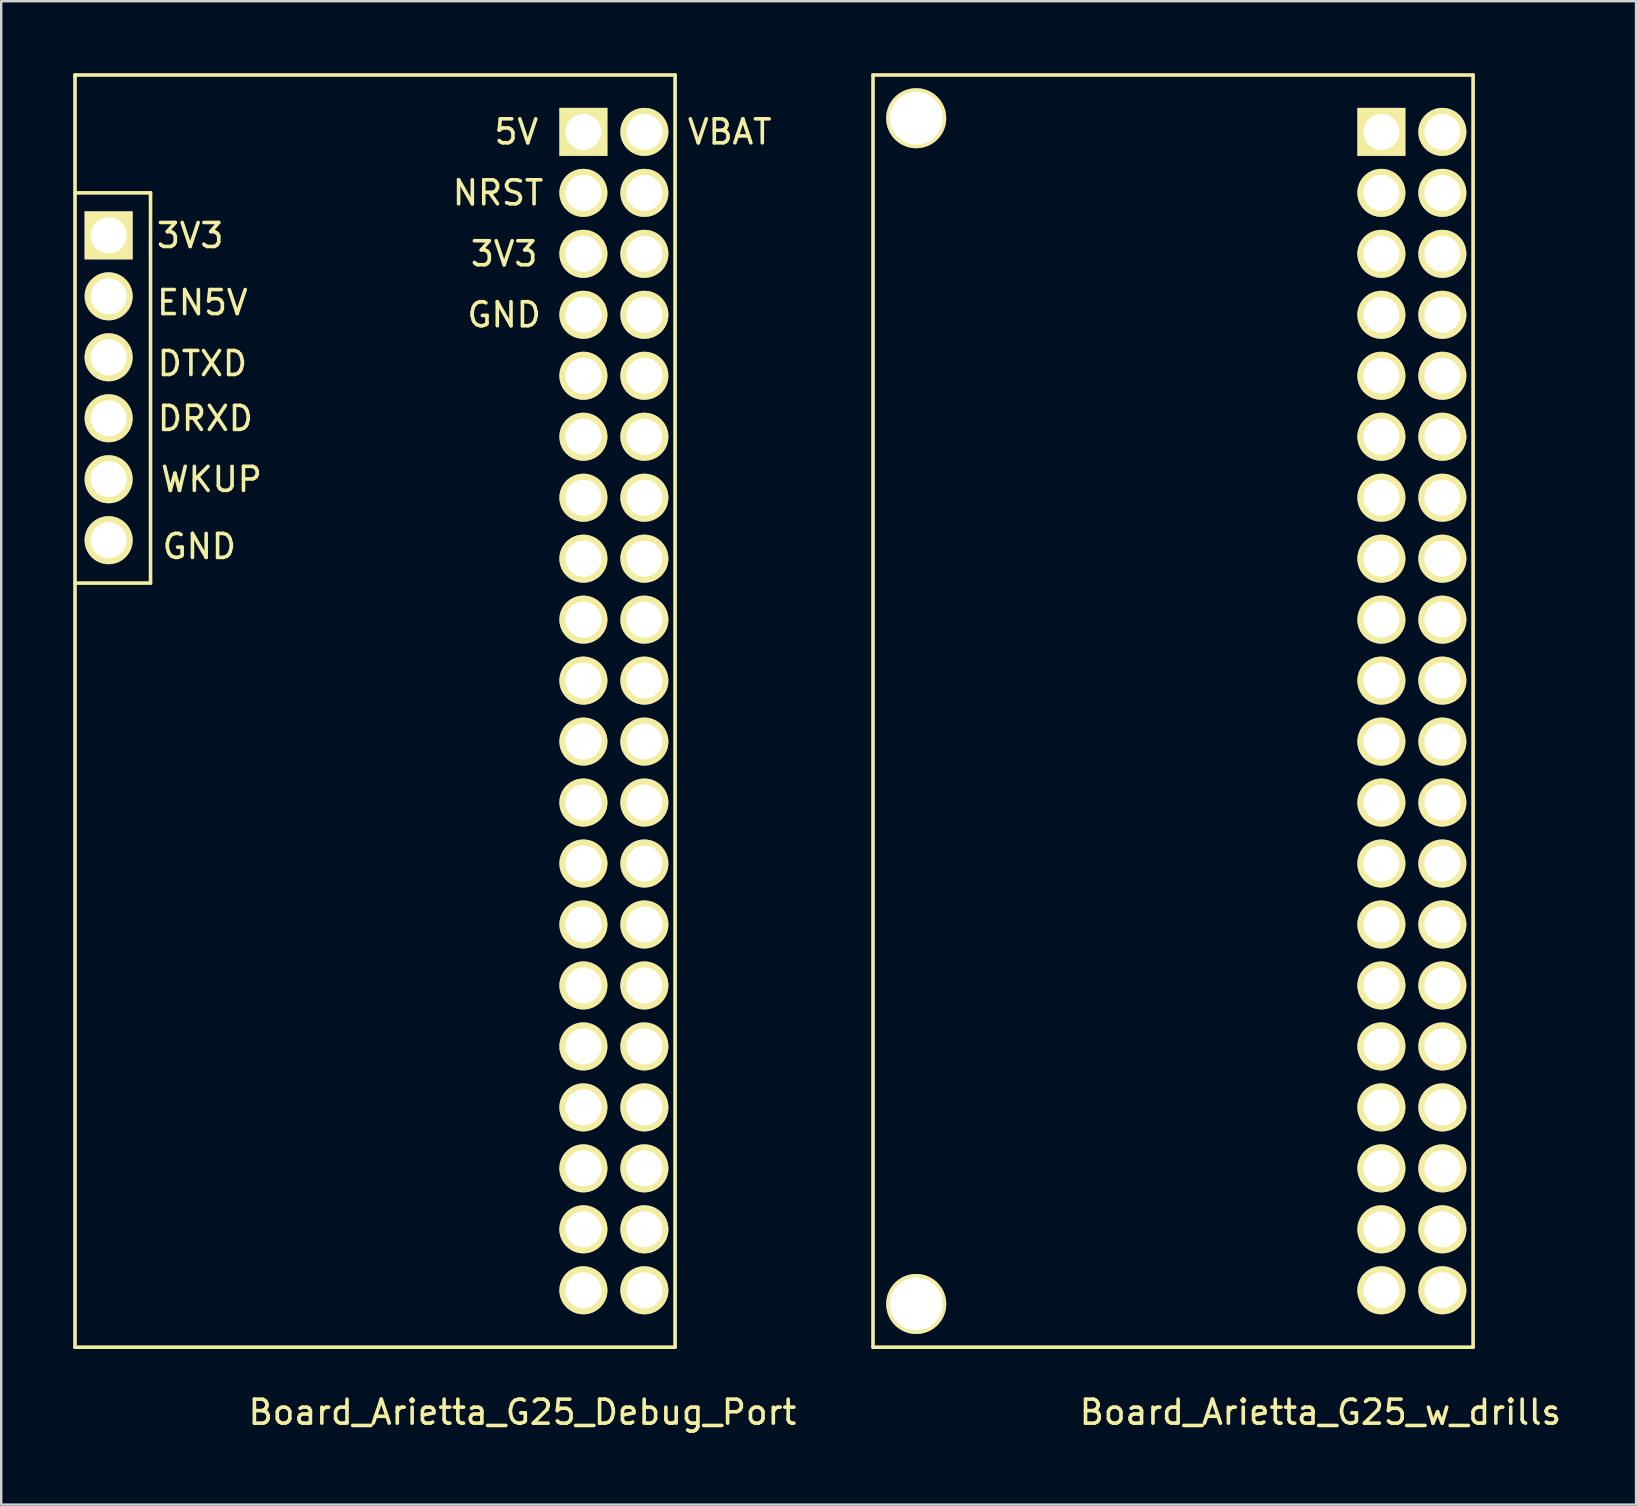
<source format=kicad_pcb>
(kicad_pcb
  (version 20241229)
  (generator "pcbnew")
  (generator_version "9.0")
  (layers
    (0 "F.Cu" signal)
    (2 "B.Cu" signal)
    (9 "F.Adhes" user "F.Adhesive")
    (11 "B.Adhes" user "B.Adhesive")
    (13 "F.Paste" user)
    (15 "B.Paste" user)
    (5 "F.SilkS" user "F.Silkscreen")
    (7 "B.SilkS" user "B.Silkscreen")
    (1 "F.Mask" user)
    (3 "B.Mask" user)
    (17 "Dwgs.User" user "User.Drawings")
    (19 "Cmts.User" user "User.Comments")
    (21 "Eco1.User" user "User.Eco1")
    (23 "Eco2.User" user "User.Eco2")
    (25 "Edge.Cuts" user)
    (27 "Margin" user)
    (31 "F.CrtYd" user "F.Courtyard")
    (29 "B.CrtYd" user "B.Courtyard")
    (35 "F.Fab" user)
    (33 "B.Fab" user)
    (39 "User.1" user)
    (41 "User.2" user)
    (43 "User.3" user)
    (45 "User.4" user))
  (footprint "Board_Arietta_G25_Debug_Port"
    (layer "F.Cu")
    (at 11.095 25.305)
    (property "Reference" "Board_Arietta_G25_Debug_Port" (at 7.62 30.48 0) (layer "F.SilkS") (effects (font (size 1 1) (thickness 0.15))))
    (attr through_hole)
    (fp_line (start -11.02 -25.23) (end -11.02 27.77) (stroke (width 0.15) (type solid)) (layer "F.SilkS"))
    (fp_line (start -11.02 -20.32) (end -7.874 -20.32) (stroke (width 0.15) (type solid)) (layer "F.SilkS"))
    (fp_line (start -11.02 27.77) (end 13.98 27.77) (stroke (width 0.15) (type solid)) (layer "F.SilkS"))
    (fp_line (start -7.874 -20.32) (end -7.874 -4.064) (stroke (width 0.15) (type solid)) (layer "F.SilkS"))
    (fp_line (start -7.874 -4.064) (end -11.02 -4.064) (stroke (width 0.15) (type solid)) (layer "F.SilkS"))
    (fp_line (start 13.98 -25.23) (end -11.02 -25.23) (stroke (width 0.15) (type solid)) (layer "F.SilkS"))
    (fp_line (start 13.98 -25.23) (end 13.98 27.77) (stroke (width 0.15) (type solid)) (layer "F.SilkS"))
    (fp_text user "NRST" (at 6.604 -20.32 0) (layer "F.SilkS") (effects (font (size 1 1) (thickness 0.15))))
    (fp_text user "WKUP" (at -5.334 -8.382 0) (layer "F.SilkS") (effects (font (size 1 1) (thickness 0.15))))
    (fp_text user "DTXD" (at -5.715 -13.208 0) (layer "F.SilkS") (effects (font (size 1 1) (thickness 0.15))))
    (fp_text user "GND" (at -5.842 -5.588 0) (layer "F.SilkS") (effects (font (size 1 1) (thickness 0.15))))
    (fp_text user "GND" (at 6.858 -15.24 0) (layer "F.SilkS") (effects (font (size 1 1) (thickness 0.15))))
    (fp_text user "VBAT" (at 16.256 -22.86 0) (layer "F.SilkS") (effects (font (size 1 1) (thickness 0.15))))
    (fp_text user "3V3" (at 6.858 -17.78 0) (layer "F.SilkS") (effects (font (size 1 1) (thickness 0.15))))
    (fp_text user "EN5V" (at -5.715 -15.748 0) (layer "F.SilkS") (effects (font (size 1 1) (thickness 0.15))))
    (fp_text user "5V" (at 7.366 -22.86 0) (layer "F.SilkS") (effects (font (size 1 1) (thickness 0.15))))
    (fp_text user "DRXD" (at -5.588 -10.922 0) (layer "F.SilkS") (effects (font (size 1 1) (thickness 0.15))))
    (fp_text user "3V3" (at -6.223 -18.542 0) (layer "F.SilkS") (effects (font (size 1 1) (thickness 0.15))))
    (pad "1" thru_hole rect (at 10.16 -22.86) (size 2 2) (drill 1.5) (layers "*.Cu" "*.Mask" "F.SilkS"))
    (pad "2" thru_hole circle (at 12.7 -22.86) (size 2 2) (drill 1.5) (layers "*.Cu" "*.Mask" "F.SilkS"))
    (pad "3" thru_hole circle (at 10.16 -20.32) (size 2 2) (drill 1.5) (layers "*.Cu" "*.Mask" "F.SilkS"))
    (pad "4" thru_hole circle (at 12.7 -20.32) (size 2 2) (drill 1.5) (layers "*.Cu" "*.Mask" "F.SilkS"))
    (pad "5" thru_hole circle (at 10.16 -17.78) (size 2 2) (drill 1.5) (layers "*.Cu" "*.Mask" "F.SilkS"))
    (pad "6" thru_hole circle (at 12.7 -17.78) (size 2 2) (drill 1.5) (layers "*.Cu" "*.Mask" "F.SilkS"))
    (pad "7" thru_hole circle (at 10.16 -15.24) (size 2 2) (drill 1.5) (layers "*.Cu" "*.Mask" "F.SilkS"))
    (pad "8" thru_hole circle (at 12.7 -15.24) (size 2 2) (drill 1.5) (layers "*.Cu" "*.Mask" "F.SilkS"))
    (pad "9" thru_hole circle (at 10.16 -12.7) (size 2 2) (drill 1.5) (layers "*.Cu" "*.Mask" "F.SilkS"))
    (pad "10" thru_hole circle (at 12.7 -12.7) (size 2 2) (drill 1.5) (layers "*.Cu" "*.Mask" "F.SilkS"))
    (pad "11" thru_hole circle (at 10.16 -10.16) (size 2 2) (drill 1.5) (layers "*.Cu" "*.Mask" "F.SilkS"))
    (pad "12" thru_hole circle (at 12.7 -10.16) (size 2 2) (drill 1.5) (layers "*.Cu" "*.Mask" "F.SilkS"))
    (pad "13" thru_hole circle (at 10.16 -7.62) (size 2 2) (drill 1.5) (layers "*.Cu" "*.Mask" "F.SilkS"))
    (pad "14" thru_hole circle (at 12.7 -7.62) (size 2 2) (drill 1.5) (layers "*.Cu" "*.Mask" "F.SilkS"))
    (pad "15" thru_hole circle (at 10.16 -5.08) (size 2 2) (drill 1.5) (layers "*.Cu" "*.Mask" "F.SilkS"))
    (pad "16" thru_hole circle (at 12.7 -5.08) (size 2 2) (drill 1.5) (layers "*.Cu" "*.Mask" "F.SilkS"))
    (pad "17" thru_hole circle (at 10.16 -2.54) (size 2 2) (drill 1.5) (layers "*.Cu" "*.Mask" "F.SilkS"))
    (pad "18" thru_hole circle (at 12.7 -2.54) (size 2 2) (drill 1.5) (layers "*.Cu" "*.Mask" "F.SilkS"))
    (pad "19" thru_hole circle (at 10.16 0) (size 2 2) (drill 1.5) (layers "*.Cu" "*.Mask" "F.SilkS"))
    (pad "20" thru_hole circle (at 12.7 0) (size 2 2) (drill 1.5) (layers "*.Cu" "*.Mask" "F.SilkS"))
    (pad "21" thru_hole circle (at 10.16 2.54) (size 2 2) (drill 1.5) (layers "*.Cu" "*.Mask" "F.SilkS"))
    (pad "22" thru_hole circle (at 12.7 2.54) (size 2 2) (drill 1.5) (layers "*.Cu" "*.Mask" "F.SilkS"))
    (pad "23" thru_hole circle (at 10.16 5.08) (size 2 2) (drill 1.5) (layers "*.Cu" "*.Mask" "F.SilkS"))
    (pad "24" thru_hole circle (at 12.7 5.08) (size 2 2) (drill 1.5) (layers "*.Cu" "*.Mask" "F.SilkS"))
    (pad "25" thru_hole circle (at 10.16 7.62) (size 2 2) (drill 1.5) (layers "*.Cu" "*.Mask" "F.SilkS"))
    (pad "26" thru_hole circle (at 12.7 7.62) (size 2 2) (drill 1.5) (layers "*.Cu" "*.Mask" "F.SilkS"))
    (pad "27" thru_hole circle (at 10.16 10.16) (size 2 2) (drill 1.5) (layers "*.Cu" "*.Mask" "F.SilkS"))
    (pad "28" thru_hole circle (at 12.7 10.16) (size 2 2) (drill 1.5) (layers "*.Cu" "*.Mask" "F.SilkS"))
    (pad "29" thru_hole circle (at 10.16 12.7) (size 2 2) (drill 1.5) (layers "*.Cu" "*.Mask" "F.SilkS"))
    (pad "30" thru_hole circle (at 12.7 12.7) (size 2 2) (drill 1.5) (layers "*.Cu" "*.Mask" "F.SilkS"))
    (pad "31" thru_hole circle (at 10.16 15.24) (size 2 2) (drill 1.5) (layers "*.Cu" "*.Mask" "F.SilkS"))
    (pad "32" thru_hole circle (at 12.7 15.24) (size 2 2) (drill 1.5) (layers "*.Cu" "*.Mask" "F.SilkS"))
    (pad "33" thru_hole circle (at 10.16 17.78) (size 2 2) (drill 1.5) (layers "*.Cu" "*.Mask" "F.SilkS"))
    (pad "34" thru_hole circle (at 12.7 17.78) (size 2 2) (drill 1.5) (layers "*.Cu" "*.Mask" "F.SilkS"))
    (pad "35" thru_hole circle (at 10.16 20.32) (size 2 2) (drill 1.5) (layers "*.Cu" "*.Mask" "F.SilkS"))
    (pad "36" thru_hole circle (at 12.7 20.32) (size 2 2) (drill 1.5) (layers "*.Cu" "*.Mask" "F.SilkS"))
    (pad "37" thru_hole circle (at 10.16 22.86) (size 2 2) (drill 1.5) (layers "*.Cu" "*.Mask" "F.SilkS"))
    (pad "38" thru_hole circle (at 12.7 22.86) (size 2 2) (drill 1.5) (layers "*.Cu" "*.Mask" "F.SilkS"))
    (pad "39" thru_hole circle (at 10.16 25.4) (size 2 2) (drill 1.5) (layers "*.Cu" "*.Mask" "F.SilkS"))
    (pad "40" thru_hole circle (at 12.7 25.4) (size 2 2) (drill 1.5) (layers "*.Cu" "*.Mask" "F.SilkS"))
    (pad "DP1" thru_hole rect (at -9.62 -18.55) (size 2 2) (drill 1.5) (layers "*.Cu" "*.Mask" "F.SilkS"))
    (pad "DP2" thru_hole circle (at -9.62 -16.01) (size 2 2) (drill 1.5) (layers "*.Cu" "*.Mask" "F.SilkS"))
    (pad "DP3" thru_hole circle (at -9.62 -13.47) (size 2 2) (drill 1.5) (layers "*.Cu" "*.Mask" "F.SilkS"))
    (pad "DP4" thru_hole circle (at -9.62 -10.93) (size 2 2) (drill 1.5) (layers "*.Cu" "*.Mask" "F.SilkS"))
    (pad "DP5" thru_hole circle (at -9.62 -8.39) (size 2 2) (drill 1.5) (layers "*.Cu" "*.Mask" "F.SilkS"))
    (pad "DP6" thru_hole circle (at -9.62 -5.85) (size 2 2) (drill 1.5) (layers "*.Cu" "*.Mask" "F.SilkS")))
  (footprint "Board_Arietta_G25_w_drills"
    (layer "F.Cu")
    (at 44.34 25.305)
    (property "Reference" "Board_Arietta_G25_w_drills" (at 7.62 30.48 0) (layer "F.SilkS") (effects (font (size 1 1) (thickness 0.15))))
    (attr through_hole)
    (fp_line (start -11.02 -25.23) (end -11.02 27.77) (stroke (width 0.15) (type solid)) (layer "F.SilkS"))
    (fp_line (start -11.02 27.77) (end 13.98 27.77) (stroke (width 0.15) (type solid)) (layer "F.SilkS"))
    (fp_line (start 13.98 -25.23) (end -11.02 -25.23) (stroke (width 0.15) (type solid)) (layer "F.SilkS"))
    (fp_line (start 13.98 -25.23) (end 13.98 27.77) (stroke (width 0.15) (type solid)) (layer "F.SilkS"))
    (pad "" np_thru_hole circle (at -9.22 -23.43) (size 2.5 2.5) (drill 2.2) (layers "*.Cu" "*.Mask" "F.SilkS"))
    (pad "" np_thru_hole circle (at -9.22 25.97) (size 2.5 2.5) (drill 2.2) (layers "*.Cu" "*.Mask" "F.SilkS"))
    (pad "1" thru_hole rect (at 10.16 -22.86) (size 2 2) (drill 1.5) (layers "*.Cu" "*.Mask" "F.SilkS"))
    (pad "2" thru_hole circle (at 12.7 -22.86) (size 2 2) (drill 1.5) (layers "*.Cu" "*.Mask" "F.SilkS"))
    (pad "3" thru_hole circle (at 10.16 -20.32) (size 2 2) (drill 1.5) (layers "*.Cu" "*.Mask" "F.SilkS"))
    (pad "4" thru_hole circle (at 12.7 -20.32) (size 2 2) (drill 1.5) (layers "*.Cu" "*.Mask" "F.SilkS"))
    (pad "5" thru_hole circle (at 10.16 -17.78) (size 2 2) (drill 1.5) (layers "*.Cu" "*.Mask" "F.SilkS"))
    (pad "6" thru_hole circle (at 12.7 -17.78) (size 2 2) (drill 1.5) (layers "*.Cu" "*.Mask" "F.SilkS"))
    (pad "7" thru_hole circle (at 10.16 -15.24) (size 2 2) (drill 1.5) (layers "*.Cu" "*.Mask" "F.SilkS"))
    (pad "8" thru_hole circle (at 12.7 -15.24) (size 2 2) (drill 1.5) (layers "*.Cu" "*.Mask" "F.SilkS"))
    (pad "9" thru_hole circle (at 10.16 -12.7) (size 2 2) (drill 1.5) (layers "*.Cu" "*.Mask" "F.SilkS"))
    (pad "10" thru_hole circle (at 12.7 -12.7) (size 2 2) (drill 1.5) (layers "*.Cu" "*.Mask" "F.SilkS"))
    (pad "11" thru_hole circle (at 10.16 -10.16) (size 2 2) (drill 1.5) (layers "*.Cu" "*.Mask" "F.SilkS"))
    (pad "12" thru_hole circle (at 12.7 -10.16) (size 2 2) (drill 1.5) (layers "*.Cu" "*.Mask" "F.SilkS"))
    (pad "13" thru_hole circle (at 10.16 -7.62) (size 2 2) (drill 1.5) (layers "*.Cu" "*.Mask" "F.SilkS"))
    (pad "14" thru_hole circle (at 12.7 -7.62) (size 2 2) (drill 1.5) (layers "*.Cu" "*.Mask" "F.SilkS"))
    (pad "15" thru_hole circle (at 10.16 -5.08) (size 2 2) (drill 1.5) (layers "*.Cu" "*.Mask" "F.SilkS"))
    (pad "16" thru_hole circle (at 12.7 -5.08) (size 2 2) (drill 1.5) (layers "*.Cu" "*.Mask" "F.SilkS"))
    (pad "17" thru_hole circle (at 10.16 -2.54) (size 2 2) (drill 1.5) (layers "*.Cu" "*.Mask" "F.SilkS"))
    (pad "18" thru_hole circle (at 12.7 -2.54) (size 2 2) (drill 1.5) (layers "*.Cu" "*.Mask" "F.SilkS"))
    (pad "19" thru_hole circle (at 10.16 0) (size 2 2) (drill 1.5) (layers "*.Cu" "*.Mask" "F.SilkS"))
    (pad "20" thru_hole circle (at 12.7 0) (size 2 2) (drill 1.5) (layers "*.Cu" "*.Mask" "F.SilkS"))
    (pad "21" thru_hole circle (at 10.16 2.54) (size 2 2) (drill 1.5) (layers "*.Cu" "*.Mask" "F.SilkS"))
    (pad "22" thru_hole circle (at 12.7 2.54) (size 2 2) (drill 1.5) (layers "*.Cu" "*.Mask" "F.SilkS"))
    (pad "23" thru_hole circle (at 10.16 5.08) (size 2 2) (drill 1.5) (layers "*.Cu" "*.Mask" "F.SilkS"))
    (pad "24" thru_hole circle (at 12.7 5.08) (size 2 2) (drill 1.5) (layers "*.Cu" "*.Mask" "F.SilkS"))
    (pad "25" thru_hole circle (at 10.16 7.62) (size 2 2) (drill 1.5) (layers "*.Cu" "*.Mask" "F.SilkS"))
    (pad "26" thru_hole circle (at 12.7 7.62) (size 2 2) (drill 1.5) (layers "*.Cu" "*.Mask" "F.SilkS"))
    (pad "27" thru_hole circle (at 10.16 10.16) (size 2 2) (drill 1.5) (layers "*.Cu" "*.Mask" "F.SilkS"))
    (pad "28" thru_hole circle (at 12.7 10.16) (size 2 2) (drill 1.5) (layers "*.Cu" "*.Mask" "F.SilkS"))
    (pad "29" thru_hole circle (at 10.16 12.7) (size 2 2) (drill 1.5) (layers "*.Cu" "*.Mask" "F.SilkS"))
    (pad "30" thru_hole circle (at 12.7 12.7) (size 2 2) (drill 1.5) (layers "*.Cu" "*.Mask" "F.SilkS"))
    (pad "31" thru_hole circle (at 10.16 15.24) (size 2 2) (drill 1.5) (layers "*.Cu" "*.Mask" "F.SilkS"))
    (pad "32" thru_hole circle (at 12.7 15.24) (size 2 2) (drill 1.5) (layers "*.Cu" "*.Mask" "F.SilkS"))
    (pad "33" thru_hole circle (at 10.16 17.78) (size 2 2) (drill 1.5) (layers "*.Cu" "*.Mask" "F.SilkS"))
    (pad "34" thru_hole circle (at 12.7 17.78) (size 2 2) (drill 1.5) (layers "*.Cu" "*.Mask" "F.SilkS"))
    (pad "35" thru_hole circle (at 10.16 20.32) (size 2 2) (drill 1.5) (layers "*.Cu" "*.Mask" "F.SilkS"))
    (pad "36" thru_hole circle (at 12.7 20.32) (size 2 2) (drill 1.5) (layers "*.Cu" "*.Mask" "F.SilkS"))
    (pad "37" thru_hole circle (at 10.16 22.86) (size 2 2) (drill 1.5) (layers "*.Cu" "*.Mask" "F.SilkS"))
    (pad "38" thru_hole circle (at 12.7 22.86) (size 2 2) (drill 1.5) (layers "*.Cu" "*.Mask" "F.SilkS"))
    (pad "39" thru_hole circle (at 10.16 25.4) (size 2 2) (drill 1.5) (layers "*.Cu" "*.Mask" "F.SilkS"))
    (pad "40" thru_hole circle (at 12.7 25.4) (size 2 2) (drill 1.5) (layers "*.Cu" "*.Mask" "F.SilkS")))
  (gr_rect
    (start -3 -3)
    (end 65.109 59.633)
    (stroke (width 0.1) (type default))
    (fill no)
    (layer "Edge.Cuts")))
</source>
